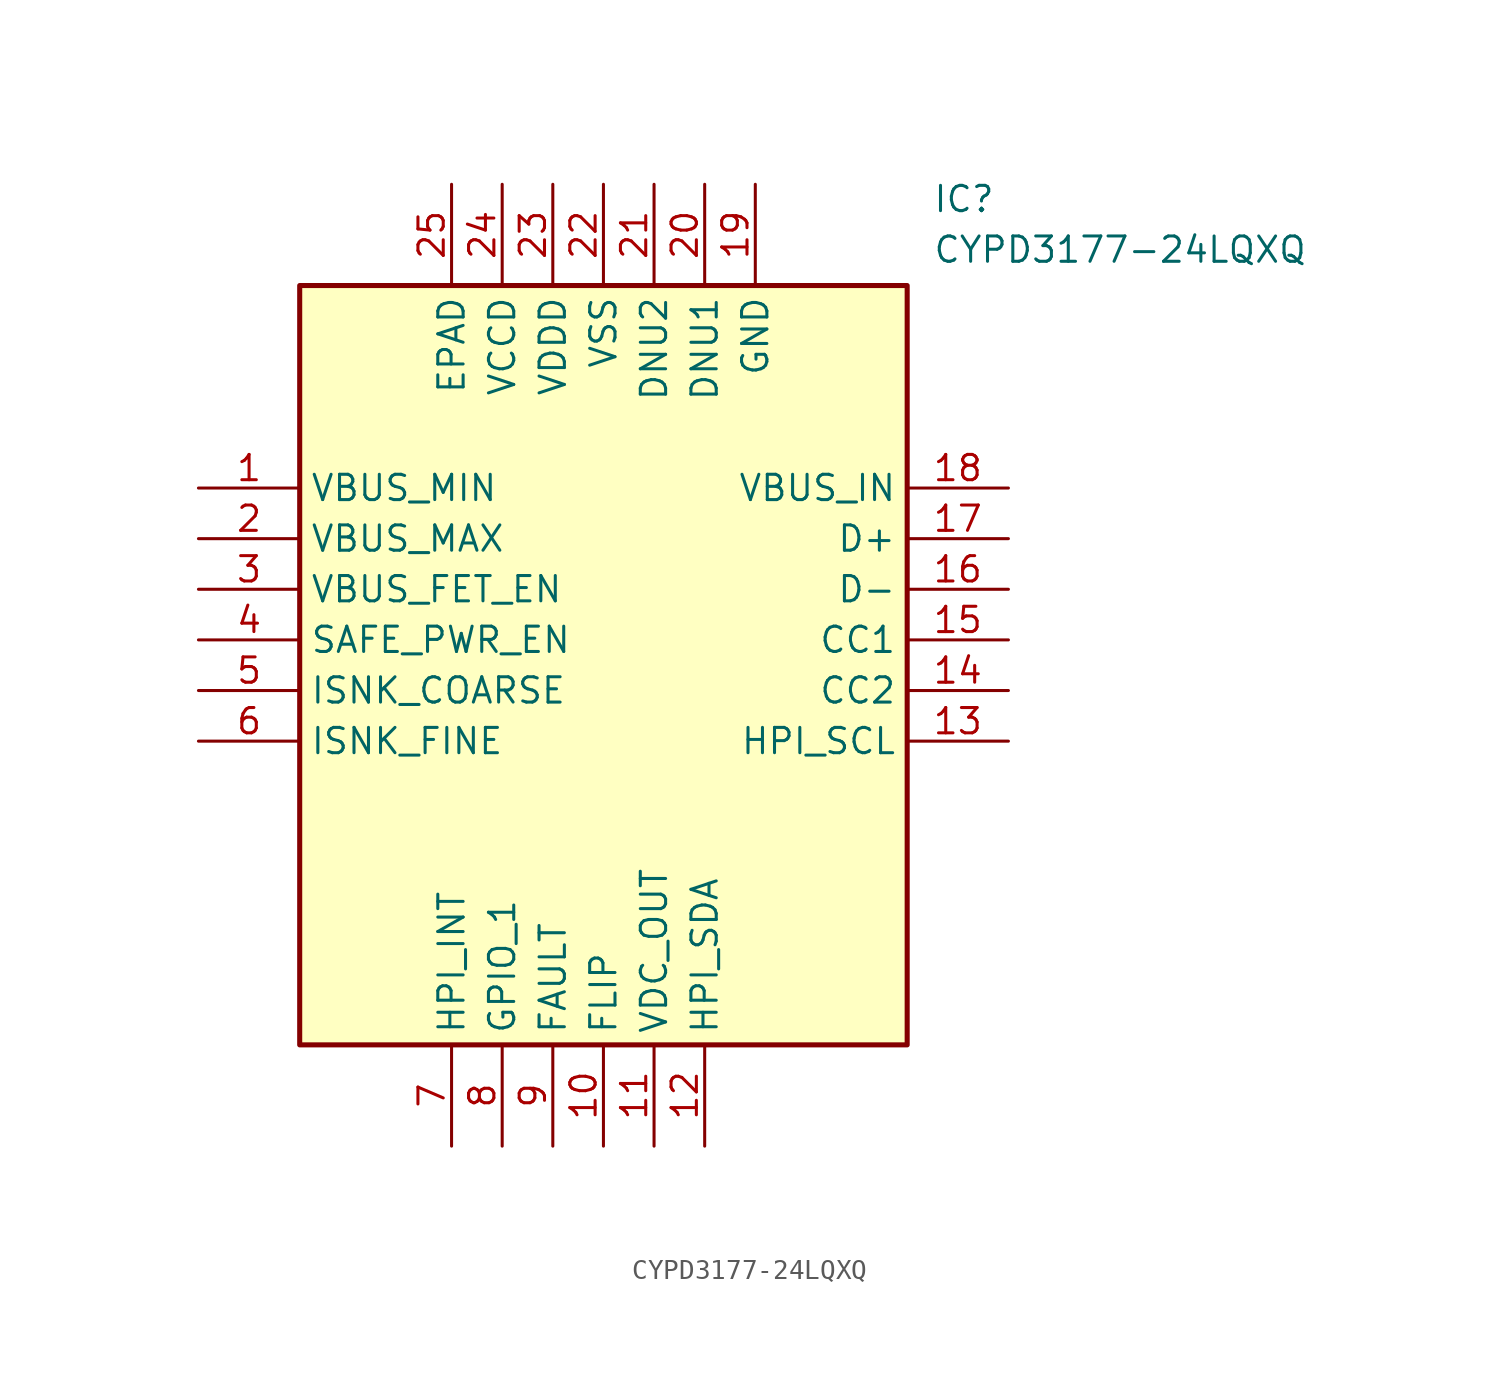
<source format=kicad_sym>
(kicad_symbol_lib
  (version 20211014)
  (generator SamacSys_ECAD_Model)
  (symbol "CYPD3177-24LQXQ"
    (property "Reference" "IC"
      (at 36.83 15.24 0)
      (effects (font (size 1.27 1.27)) (justify left top)))
    (property "Value" "CYPD3177-24LQXQ"
      (at 36.83 12.7 0)
      (effects (font (size 1.27 1.27)) (justify left top)))
    (rectangle
      (start 5.08 10.16)
      (end 35.56 -27.94)
      (stroke (width 0.254) (type default))
      (fill (type background)))
    (pin passive line
      (at 0 0 0)
      (length 5.08)
      (name "VBUS_MIN" (effects (font (size 1.27 1.27))))
      (number "1" (effects (font (size 1.27 1.27)))))
    (pin passive line
      (at 0 -2.54 0)
      (length 5.08)
      (name "VBUS_MAX" (effects (font (size 1.27 1.27))))
      (number "2" (effects (font (size 1.27 1.27)))))
    (pin passive line
      (at 0 -5.08 0)
      (length 5.08)
      (name "VBUS_FET_EN" (effects (font (size 1.27 1.27))))
      (number "3" (effects (font (size 1.27 1.27)))))
    (pin passive line
      (at 0 -7.62 0)
      (length 5.08)
      (name "SAFE_PWR_EN" (effects (font (size 1.27 1.27))))
      (number "4" (effects (font (size 1.27 1.27)))))
    (pin passive line
      (at 0 -10.16 0)
      (length 5.08)
      (name "ISNK_COARSE" (effects (font (size 1.27 1.27))))
      (number "5" (effects (font (size 1.27 1.27)))))
    (pin passive line
      (at 0 -12.7 0)
      (length 5.08)
      (name "ISNK_FINE" (effects (font (size 1.27 1.27))))
      (number "6" (effects (font (size 1.27 1.27)))))
    (pin passive line
      (at 12.7 -33.02 90)
      (length 5.08)
      (name "HPI_INT" (effects (font (size 1.27 1.27))))
      (number "7" (effects (font (size 1.27 1.27)))))
    (pin passive line
      (at 15.24 -33.02 90)
      (length 5.08)
      (name "GPIO_1" (effects (font (size 1.27 1.27))))
      (number "8" (effects (font (size 1.27 1.27)))))
    (pin passive line
      (at 17.78 -33.02 90)
      (length 5.08)
      (name "FAULT" (effects (font (size 1.27 1.27))))
      (number "9" (effects (font (size 1.27 1.27)))))
    (pin passive line
      (at 20.32 -33.02 90)
      (length 5.08)
      (name "FLIP" (effects (font (size 1.27 1.27))))
      (number "10" (effects (font (size 1.27 1.27)))))
    (pin passive line
      (at 22.86 -33.02 90)
      (length 5.08)
      (name "VDC_OUT" (effects (font (size 1.27 1.27))))
      (number "11" (effects (font (size 1.27 1.27)))))
    (pin passive line
      (at 25.4 -33.02 90)
      (length 5.08)
      (name "HPI_SDA" (effects (font (size 1.27 1.27))))
      (number "12" (effects (font (size 1.27 1.27)))))
    (pin passive line
      (at 40.64 0 180)
      (length 5.08)
      (name "VBUS_IN" (effects (font (size 1.27 1.27))))
      (number "18" (effects (font (size 1.27 1.27)))))
    (pin passive line
      (at 40.64 -2.54 180)
      (length 5.08)
      (name "D+" (effects (font (size 1.27 1.27))))
      (number "17" (effects (font (size 1.27 1.27)))))
    (pin passive line
      (at 40.64 -5.08 180)
      (length 5.08)
      (name "D-" (effects (font (size 1.27 1.27))))
      (number "16" (effects (font (size 1.27 1.27)))))
    (pin passive line
      (at 40.64 -7.62 180)
      (length 5.08)
      (name "CC1" (effects (font (size 1.27 1.27))))
      (number "15" (effects (font (size 1.27 1.27)))))
    (pin passive line
      (at 40.64 -10.16 180)
      (length 5.08)
      (name "CC2" (effects (font (size 1.27 1.27))))
      (number "14" (effects (font (size 1.27 1.27)))))
    (pin passive line
      (at 40.64 -12.7 180)
      (length 5.08)
      (name "HPI_SCL" (effects (font (size 1.27 1.27))))
      (number "13" (effects (font (size 1.27 1.27)))))
    (pin passive line
      (at 12.7 15.24 270)
      (length 5.08)
      (name "EPAD" (effects (font (size 1.27 1.27))))
      (number "25" (effects (font (size 1.27 1.27)))))
    (pin passive line
      (at 15.24 15.24 270)
      (length 5.08)
      (name "VCCD" (effects (font (size 1.27 1.27))))
      (number "24" (effects (font (size 1.27 1.27)))))
    (pin passive line
      (at 17.78 15.24 270)
      (length 5.08)
      (name "VDDD" (effects (font (size 1.27 1.27))))
      (number "23" (effects (font (size 1.27 1.27)))))
    (pin passive line
      (at 20.32 15.24 270)
      (length 5.08)
      (name "VSS" (effects (font (size 1.27 1.27))))
      (number "22" (effects (font (size 1.27 1.27)))))
    (pin passive line
      (at 22.86 15.24 270)
      (length 5.08)
      (name "DNU2" (effects (font (size 1.27 1.27))))
      (number "21" (effects (font (size 1.27 1.27)))))
    (pin passive line
      (at 25.4 15.24 270)
      (length 5.08)
      (name "DNU1" (effects (font (size 1.27 1.27))))
      (number "20" (effects (font (size 1.27 1.27)))))
    (pin passive line
      (at 27.94 15.24 270)
      (length 5.08)
      (name "GND" (effects (font (size 1.27 1.27))))
      (number "19" (effects (font (size 1.27 1.27)))))))
</source>
